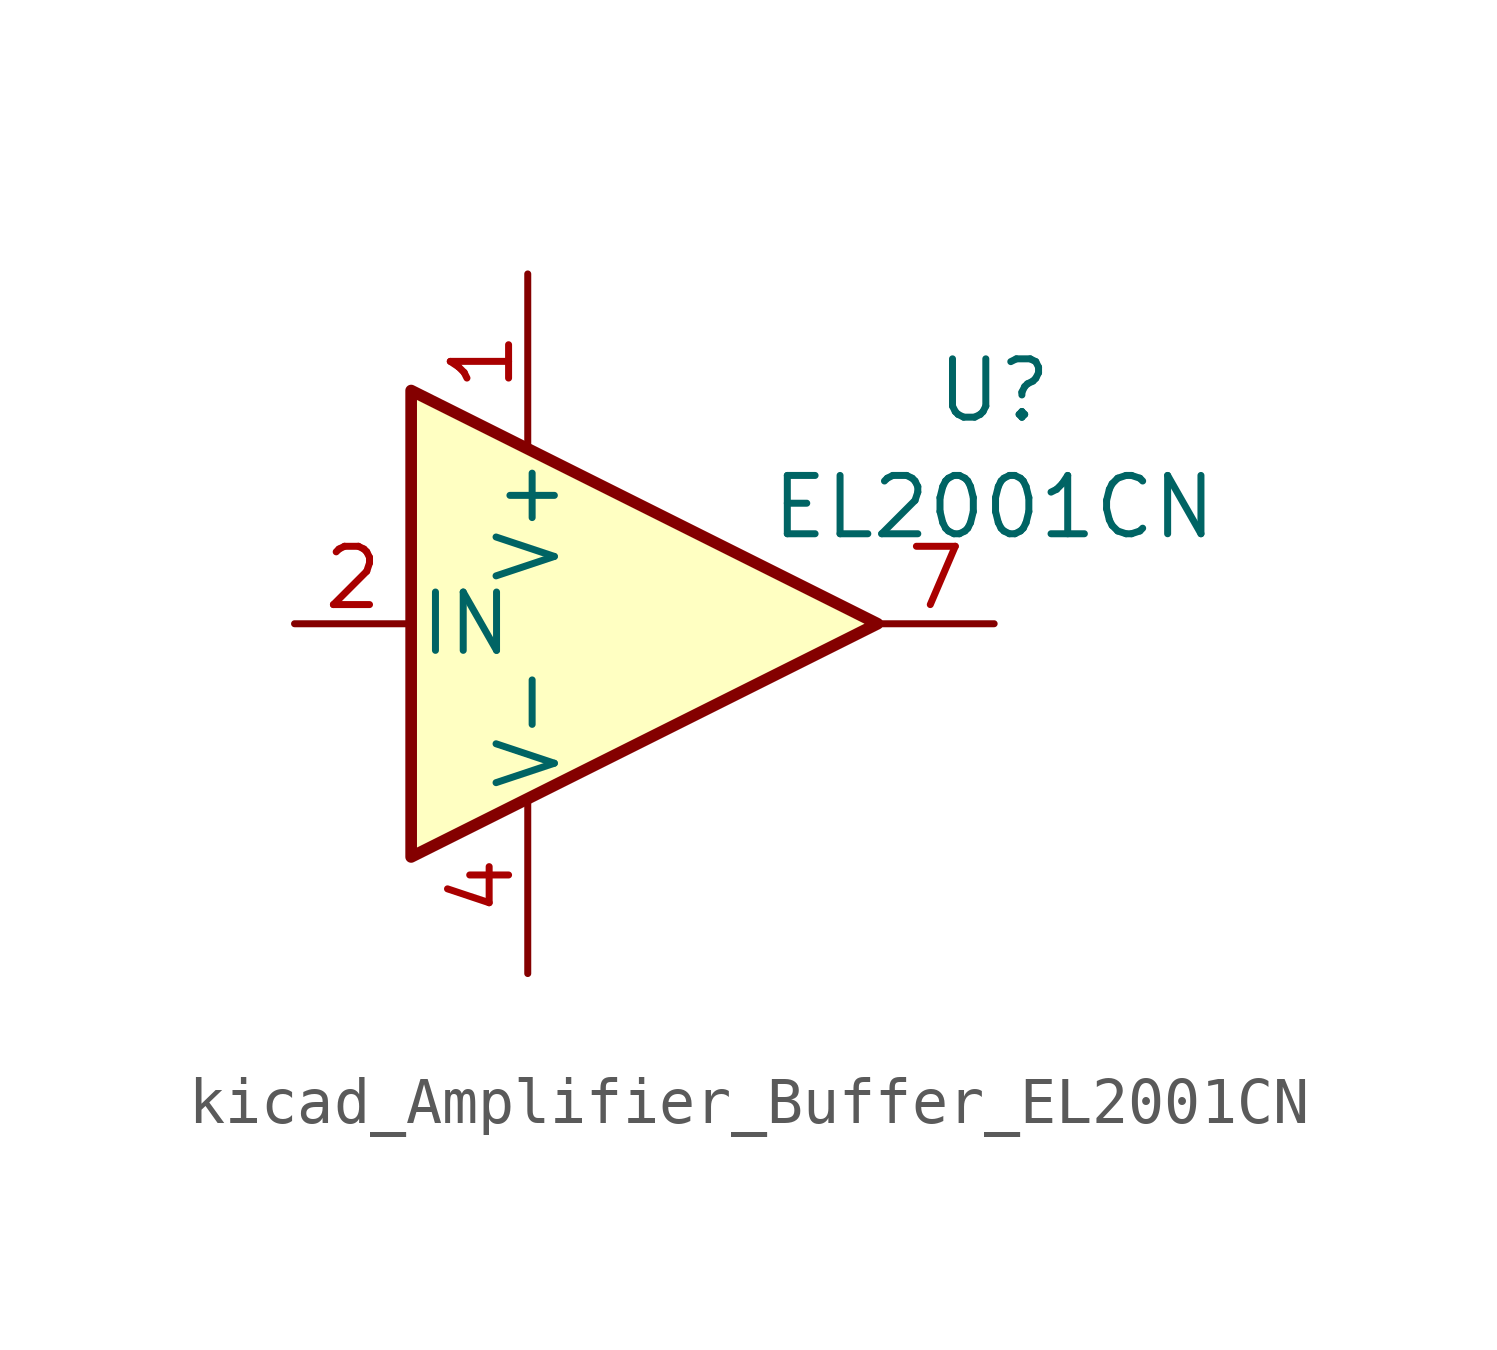
<source format=kicad_sym>
(kicad_symbol_lib
  (version 20220914)
  (generator kicad_symbol_editor)
  (symbol "kicad_Amplifier_Buffer_EL2001CN"
    (pin_names
      (offset 0.127))
    (property "Reference" "U"
      (at 7.62 5.08 0)
      (effects (font (size 1.27 1.27))))
    (property "Value" "EL2001CN"
      (at 7.62 2.54 0)
      (effects (font (size 1.27 1.27))))
    (symbol "kicad_Amplifier_Buffer_EL2001CN_0_1"
      (polyline (pts (xy 5.08 0) (xy -5.08 5.08) (xy -5.08 -5.08) (xy 5.08 0)) (stroke (width 0.254) (type default)) (fill (type background))))
    (symbol "kicad_Amplifier_Buffer_EL2001CN_1_1"
      (pin power_in line (at -2.54 7.62 270) (length 3.81) (name "V+" (effects (font (size 1.27 1.27)))) (number "1" (effects (font (size 1.27 1.27)))))
      (pin input line (at -7.62 0 0) (length 2.54) (name "IN" (effects (font (size 1.27 1.27)))) (number "2" (effects (font (size 1.27 1.27)))))
      (pin no_connect line (at -5.08 2.54 0) (length 2.54) hide (name "NC" (effects (font (size 1.27 1.27)))) (number "3" (effects (font (size 1.27 1.27)))))
      (pin power_in line (at -2.54 -7.62 90) (length 3.81) (name "V-" (effects (font (size 1.27 1.27)))) (number "4" (effects (font (size 1.27 1.27)))))
      (pin no_connect line (at -5.08 -2.54 0) (length 2.54) hide (name "NC" (effects (font (size 1.27 1.27)))) (number "5" (effects (font (size 1.27 1.27)))))
      (pin no_connect line (at -5.08 -5.08 0) (length 2.54) hide (name "NC" (effects (font (size 1.27 1.27)))) (number "6" (effects (font (size 1.27 1.27)))))
      (pin output line (at 7.62 0 180) (length 2.54) (name "~" (effects (font (size 1.27 1.27)))) (number "7" (effects (font (size 1.27 1.27)))))
      (pin no_connect line (at -5.08 5.08 0) (length 2.54) hide (name "NC" (effects (font (size 1.27 1.27)))) (number "8" (effects (font (size 1.27 1.27))))))))
</source>
